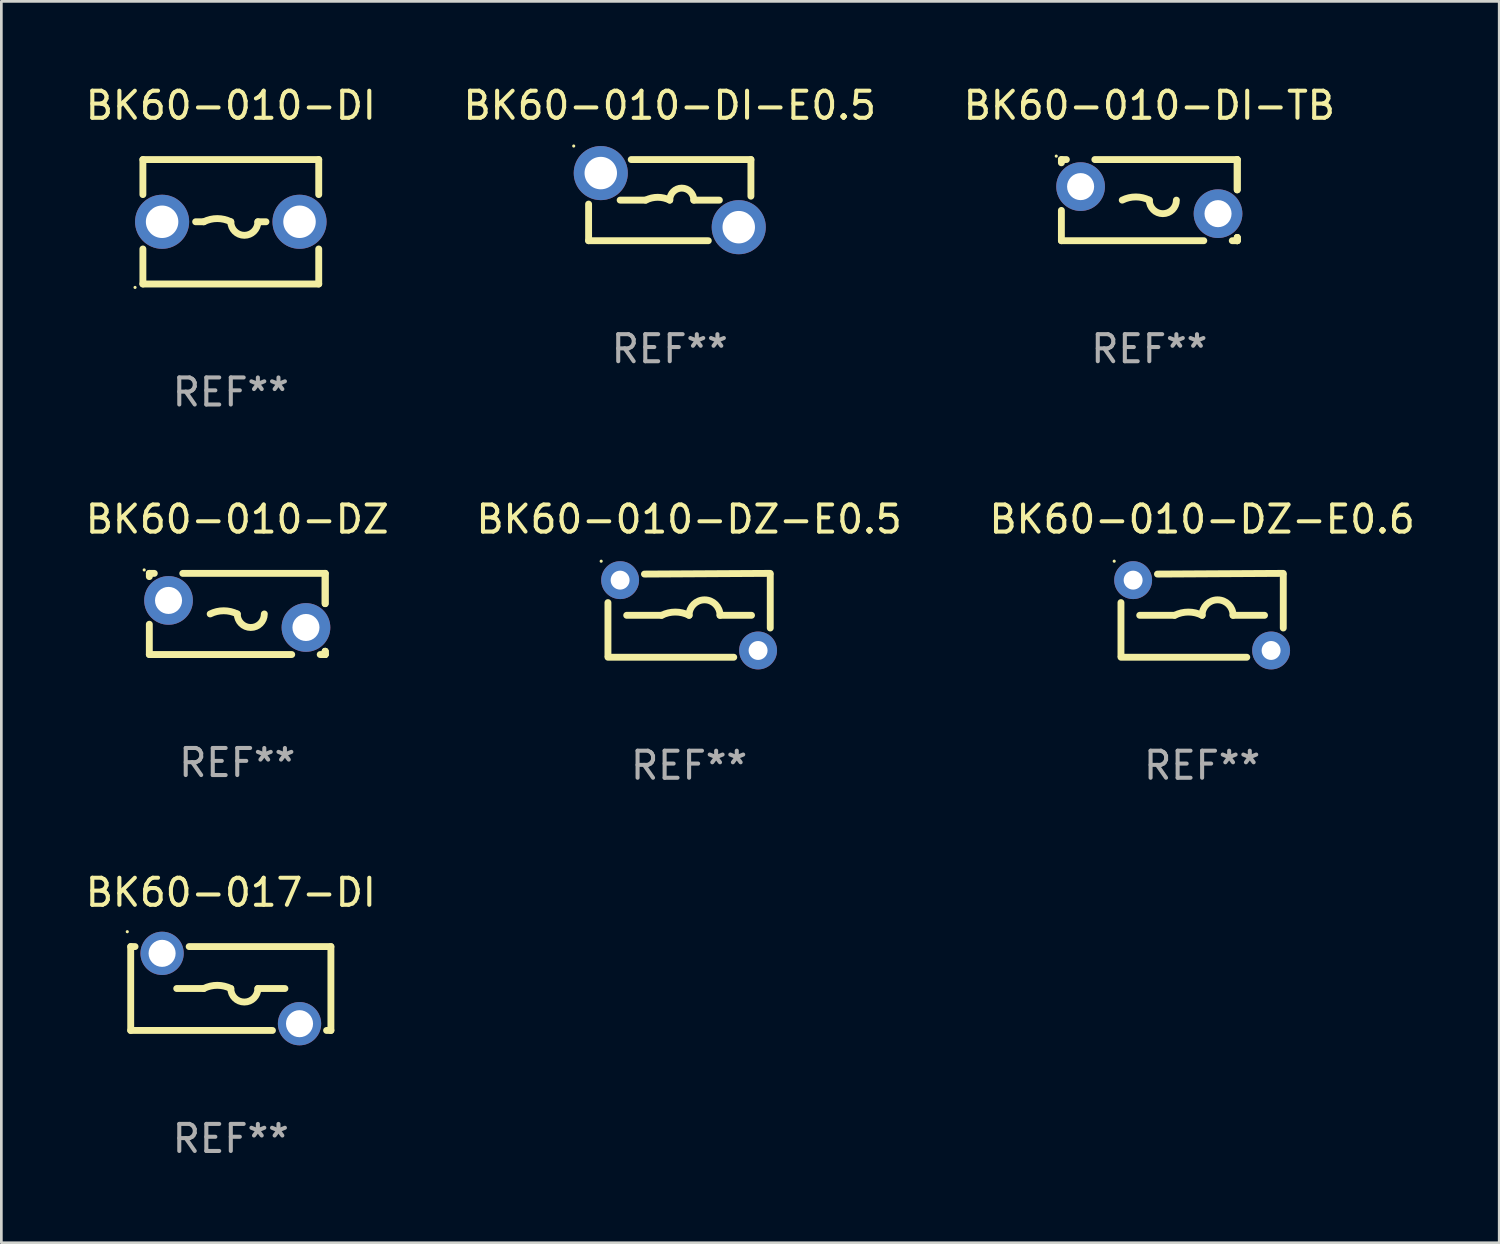
<source format=kicad_pcb>
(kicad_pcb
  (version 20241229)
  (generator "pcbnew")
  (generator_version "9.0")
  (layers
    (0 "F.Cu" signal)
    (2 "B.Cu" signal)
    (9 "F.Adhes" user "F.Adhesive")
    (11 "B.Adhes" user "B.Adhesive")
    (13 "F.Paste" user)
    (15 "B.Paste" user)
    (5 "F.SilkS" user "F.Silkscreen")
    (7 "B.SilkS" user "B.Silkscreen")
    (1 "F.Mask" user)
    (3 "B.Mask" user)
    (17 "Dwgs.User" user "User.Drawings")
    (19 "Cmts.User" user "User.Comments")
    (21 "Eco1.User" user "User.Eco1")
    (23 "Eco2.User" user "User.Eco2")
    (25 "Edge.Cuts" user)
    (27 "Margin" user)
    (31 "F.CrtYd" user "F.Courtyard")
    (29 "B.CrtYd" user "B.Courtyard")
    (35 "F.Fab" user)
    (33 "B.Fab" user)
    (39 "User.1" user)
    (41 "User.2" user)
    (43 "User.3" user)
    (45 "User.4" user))
  (footprint "BK60-010-DI-E0.5"
    (layer "F.Cu")
    (at 21.708 4.348)
    (property "Reference" "BK60-010-DI-E0.5" (at 0 -3.5 0) (layer "F.SilkS") (effects (font (size 1 1) (thickness 0.15))))
    (attr through_hole)
    (fp_line (start -3 1.5) (end -3 0.146) (stroke (width 0.254) (type solid)) (layer "F.SilkS"))
    (fp_line (start -3 1.5) (end 1.425 1.5) (stroke (width 0.254) (type solid)) (layer "F.SilkS"))
    (fp_line (start -1.834 0) (end -0.889 0) (stroke (width 0.254) (type solid)) (layer "F.SilkS"))
    (fp_line (start 1.834 0) (end 0.889 0) (stroke (width 0.254) (type solid)) (layer "F.SilkS"))
    (fp_line (start 3 -1.5) (end -1.425 -1.5) (stroke (width 0.254) (type solid)) (layer "F.SilkS"))
    (fp_line (start 3 -1.5) (end 3 -0.146) (stroke (width 0.254) (type solid)) (layer "F.SilkS"))
    (fp_arc (start -0.889002 0) (mid -0.444501 -0.104932) (end 0 0) (stroke (width 0.254001) (type solid)) (layer "F.SilkS"))
    (fp_arc (start 0 0) (mid 0.444501 -0.444501) (end 0.889002 0) (stroke (width 0.254001) (type solid)) (layer "F.SilkS"))
    (fp_circle (center -3.55 -2) (end -3.52 -2) (stroke (width 0.06) (type solid)) (fill no) (layer "F.SilkS"))
    (fp_text user "REF**" (at 0 5.5 0) (layer "F.Fab") (effects (font (size 1 1) (thickness 0.15))))
    (pad "1" thru_hole circle (at -2.55 -1) (size 2 2) (drill 1.2) (layers "*.Cu" "*.Mask"))
    (pad "2" thru_hole circle (at 2.55 1) (size 2 2) (drill 1.2) (layers "*.Cu" "*.Mask")))
  (footprint "BK60-017-DI"
    (layer "F.Cu")
    (at 5.482 33.491)
    (property "Reference" "BK60-017-DI" (at 0 -3.55 0) (layer "F.SilkS") (effects (font (size 1 1) (thickness 0.15))))
    (attr through_hole)
    (fp_line (start -3.7 -1.55) (end -3.54 -1.55) (stroke (width 0.254) (type solid)) (layer "F.SilkS"))
    (fp_line (start -3.7 1.55) (end -3.7 -1.55) (stroke (width 0.254) (type solid)) (layer "F.SilkS"))
    (fp_line (start -3.7 1.55) (end 1.54 1.55) (stroke (width 0.254) (type solid)) (layer "F.SilkS"))
    (fp_line (start -1.54 -1.55) (end 3.7 -1.55) (stroke (width 0.254) (type solid)) (layer "F.SilkS"))
    (fp_line (start -1 0) (end -2 0) (stroke (width 0.254) (type solid)) (layer "F.SilkS"))
    (fp_line (start 1 0) (end 2 0) (stroke (width 0.254) (type solid)) (layer "F.SilkS"))
    (fp_line (start 3.54 1.55) (end 3.7 1.55) (stroke (width 0.254) (type solid)) (layer "F.SilkS"))
    (fp_line (start 3.7 -1.55) (end 3.7 1.55) (stroke (width 0.254) (type solid)) (layer "F.SilkS"))
    (fp_arc (start -1.000762 0) (mid -0.500381 -0.118151) (end 0 0) (stroke (width 0.254001) (type solid)) (layer "F.SilkS"))
    (fp_arc (start 1.000762 0) (mid 0.500381 0.500127) (end 0 0) (stroke (width 0.254001) (type solid)) (layer "F.SilkS"))
    (fp_circle (center -3.827 -2.1) (end -3.797 -2.1) (stroke (width 0.06) (type solid)) (fill no) (layer "F.SilkS"))
    (fp_text user "REF**" (at 0 5.55 0) (layer "F.Fab") (effects (font (size 1 1) (thickness 0.15))))
    (pad "1" thru_hole circle (at -2.54 -1.3) (size 1.6 1.6) (drill 1) (layers "*.Cu" "*.Mask"))
    (pad "2" thru_hole circle (at 2.54 1.3) (size 1.6 1.6) (drill 1) (layers "*.Cu" "*.Mask")))
  (footprint "BK60-010-DI-TB"
    (layer "F.Cu")
    (at 39.435 4.348)
    (property "Reference" "BK60-010-DI-TB" (at 0 -3.5 0) (layer "F.SilkS") (effects (font (size 1 1) (thickness 0.15))))
    (attr through_hole)
    (fp_line (start -3.25 -1.5) (end -3.25 -1.38) (stroke (width 0.254) (type solid)) (layer "F.SilkS"))
    (fp_line (start -3.25 -1.5) (end -3.066 -1.5) (stroke (width 0.254) (type solid)) (layer "F.SilkS"))
    (fp_line (start -3.25 0.38) (end -3.25 1.5) (stroke (width 0.254) (type solid)) (layer "F.SilkS"))
    (fp_line (start -3.25 1.5) (end 2.014 1.5) (stroke (width 0.254) (type solid)) (layer "F.SilkS"))
    (fp_line (start -2.014 -1.5) (end 3.25 -1.5) (stroke (width 0.254) (type solid)) (layer "F.SilkS"))
    (fp_line (start 3.066 1.5) (end 3.25 1.5) (stroke (width 0.254) (type solid)) (layer "F.SilkS"))
    (fp_line (start 3.25 -1.5) (end 3.25 -0.38) (stroke (width 0.254) (type solid)) (layer "F.SilkS"))
    (fp_line (start 3.25 -1.5) (end 3.25 -0.38) (stroke (width 0.254) (type solid)) (layer "F.SilkS"))
    (fp_line (start 3.25 1.38) (end 3.25 1.5) (stroke (width 0.254) (type solid)) (layer "F.SilkS"))
    (fp_line (start 3.25 1.38) (end 3.25 1.5) (stroke (width 0.254) (type solid)) (layer "F.SilkS"))
    (fp_line (start 3.25 1.5) (end 3.25 1.38) (stroke (width 0.254) (type solid)) (layer "F.SilkS"))
    (fp_arc (start -1.000762 0) (mid -0.500381 -0.118151) (end 0 0) (stroke (width 0.254001) (type solid)) (layer "F.SilkS"))
    (fp_arc (start 1.000762 0) (mid 0.500381 0.500127) (end 0 0) (stroke (width 0.254001) (type solid)) (layer "F.SilkS"))
    (fp_circle (center -3.44 -1.627) (end -3.41 -1.627) (stroke (width 0.06) (type solid)) (fill no) (layer "F.SilkS"))
    (fp_text user "REF**" (at 0 5.5 0) (layer "F.Fab") (effects (font (size 1 1) (thickness 0.15))))
    (pad "1" thru_hole circle (at -2.54 -0.5) (size 1.8 1.8) (drill 1) (layers "*.Cu" "*.Mask"))
    (pad "2" thru_hole circle (at 2.54 0.5) (size 1.8 1.8) (drill 1) (layers "*.Cu" "*.Mask")))
  (footprint "BK60-010-DZ"
    (layer "F.Cu")
    (at 5.72 19.645)
    (property "Reference" "BK60-010-DZ" (at 0 -3.5 0) (layer "F.SilkS") (effects (font (size 1 1) (thickness 0.15))))
    (attr through_hole)
    (fp_line (start -3.25 -1.5) (end -3.25 -1.38) (stroke (width 0.254) (type solid)) (layer "F.SilkS"))
    (fp_line (start -3.25 -1.5) (end -3.066 -1.5) (stroke (width 0.254) (type solid)) (layer "F.SilkS"))
    (fp_line (start -3.25 0.38) (end -3.25 1.5) (stroke (width 0.254) (type solid)) (layer "F.SilkS"))
    (fp_line (start -3.25 1.5) (end 2.014 1.5) (stroke (width 0.254) (type solid)) (layer "F.SilkS"))
    (fp_line (start -2.014 -1.5) (end 3.25 -1.5) (stroke (width 0.254) (type solid)) (layer "F.SilkS"))
    (fp_line (start 3.066 1.5) (end 3.25 1.5) (stroke (width 0.254) (type solid)) (layer "F.SilkS"))
    (fp_line (start 3.25 -1.5) (end 3.25 -0.38) (stroke (width 0.254) (type solid)) (layer "F.SilkS"))
    (fp_line (start 3.25 -1.5) (end 3.25 -0.38) (stroke (width 0.254) (type solid)) (layer "F.SilkS"))
    (fp_line (start 3.25 1.38) (end 3.25 1.5) (stroke (width 0.254) (type solid)) (layer "F.SilkS"))
    (fp_line (start 3.25 1.38) (end 3.25 1.5) (stroke (width 0.254) (type solid)) (layer "F.SilkS"))
    (fp_line (start 3.25 1.5) (end 3.25 1.38) (stroke (width 0.254) (type solid)) (layer "F.SilkS"))
    (fp_arc (start -1.000762 0) (mid -0.500381 -0.118151) (end 0 0) (stroke (width 0.254001) (type solid)) (layer "F.SilkS"))
    (fp_arc (start 1.000762 0) (mid 0.500381 0.500127) (end 0 0) (stroke (width 0.254001) (type solid)) (layer "F.SilkS"))
    (fp_circle (center -3.44 -1.627) (end -3.41 -1.627) (stroke (width 0.06) (type solid)) (fill no) (layer "F.SilkS"))
    (fp_text user "REF**" (at 0 5.5 0) (layer "F.Fab") (effects (font (size 1 1) (thickness 0.15))))
    (pad "1" thru_hole circle (at -2.54 -0.5) (size 1.8 1.8) (drill 1) (layers "*.Cu" "*.Mask"))
    (pad "2" thru_hole circle (at 2.54 0.5) (size 1.8 1.8) (drill 1) (layers "*.Cu" "*.Mask")))
  (footprint "BK60-010-DZ-E0.6"
    (layer "F.Cu")
    (at 41.387 19.695)
    (property "Reference" "BK60-010-DZ-E0.6" (at 0 -3.55 0) (layer "F.SilkS") (effects (font (size 1 1) (thickness 0.15))))
    (attr through_hole)
    (fp_line (start -3 1.5) (end -3 -0.47) (stroke (width 0.254) (type solid)) (layer "F.SilkS"))
    (fp_line (start -2.307 0) (end -1.016 0) (stroke (width 0.254) (type solid)) (layer "F.SilkS"))
    (fp_line (start -1.651 -1.524) (end 2.999 -1.55) (stroke (width 0.254) (type solid)) (layer "F.SilkS"))
    (fp_line (start 1.651 1.55) (end -2.999 1.55) (stroke (width 0.254) (type solid)) (layer "F.SilkS"))
    (fp_line (start 2.307 0) (end 1.143 0) (stroke (width 0.254) (type solid)) (layer "F.SilkS"))
    (fp_line (start 3 -1.5) (end 3 0.47) (stroke (width 0.254) (type solid)) (layer "F.SilkS"))
    (fp_arc (start -1.016002 0) (mid -0.508001 -0.119923) (end 0 0) (stroke (width 0.254001) (type solid)) (layer "F.SilkS"))
    (fp_arc (start -0.000254 0.000508) (mid 0.57112 -0.57112) (end 1.143002 0) (stroke (width 0.254001) (type solid)) (layer "F.SilkS"))
    (fp_circle (center -3.25 -2) (end -3.22 -2) (stroke (width 0.06) (type solid)) (fill no) (layer "F.SilkS"))
    (fp_text user "REF**" (at 0 5.55 0) (layer "F.Fab") (effects (font (size 1 1) (thickness 0.15))))
    (pad "1" thru_hole circle (at -2.55 -1.3) (size 1.4 1.4) (drill 0.7) (layers "*.Cu" "*.Mask"))
    (pad "2" thru_hole circle (at 2.55 1.3) (size 1.4 1.4) (drill 0.7) (layers "*.Cu" "*.Mask")))
  (footprint "BK60-010-DI"
    (layer "F.Cu")
    (at 5.482 5.148)
    (property "Reference" "BK60-010-DI" (at 0 -4.3 0) (layer "F.SilkS") (effects (font (size 1 1) (thickness 0.15))))
    (attr through_hole)
    (fp_line (start -3.25 -2.3) (end -3.25 -1.005) (stroke (width 0.254) (type solid)) (layer "F.SilkS"))
    (fp_line (start -3.25 -2.3) (end 3.25 -2.3) (stroke (width 0.254) (type solid)) (layer "F.SilkS"))
    (fp_line (start -3.25 1.005) (end -3.25 2.3) (stroke (width 0.254) (type solid)) (layer "F.SilkS"))
    (fp_line (start -1 0) (end -1.3 0) (stroke (width 0.254) (type solid)) (layer "F.SilkS"))
    (fp_line (start 1 0) (end 1.3 0) (stroke (width 0.254) (type solid)) (layer "F.SilkS"))
    (fp_line (start 3.25 -2.3) (end 3.25 -1.005) (stroke (width 0.254) (type solid)) (layer "F.SilkS"))
    (fp_line (start 3.25 1.005) (end 3.25 2.3) (stroke (width 0.254) (type solid)) (layer "F.SilkS"))
    (fp_line (start 3.25 2.3) (end -3.25 2.3) (stroke (width 0.254) (type solid)) (layer "F.SilkS"))
    (fp_arc (start -1.000762 0) (mid -0.500381 -0.118151) (end 0 0) (stroke (width 0.254001) (type solid)) (layer "F.SilkS"))
    (fp_arc (start 1.000762 0) (mid 0.500381 0.500127) (end 0 0) (stroke (width 0.254001) (type solid)) (layer "F.SilkS"))
    (fp_circle (center -3.54 2.427) (end -3.51 2.427) (stroke (width 0.06) (type solid)) (fill no) (layer "F.SilkS"))
    (fp_text user "REF**" (at 0 6.3 0) (layer "F.Fab") (effects (font (size 1 1) (thickness 0.15))))
    (pad "1" thru_hole circle (at -2.54 0) (size 2 2) (drill 1.2) (layers "*.Cu" "*.Mask"))
    (pad "2" thru_hole circle (at 2.54 0) (size 2 2) (drill 1.2) (layers "*.Cu" "*.Mask")))
  (footprint "BK60-010-DZ-E0.5"
    (layer "F.Cu")
    (at 22.423 19.695)
    (property "Reference" "BK60-010-DZ-E0.5" (at 0 -3.55 0) (layer "F.SilkS") (effects (font (size 1 1) (thickness 0.15))))
    (attr through_hole)
    (fp_line (start -3 1.5) (end -3 -0.47) (stroke (width 0.254) (type solid)) (layer "F.SilkS"))
    (fp_line (start -2.307 0) (end -1.016 0) (stroke (width 0.254) (type solid)) (layer "F.SilkS"))
    (fp_line (start -1.651 -1.524) (end 2.999 -1.55) (stroke (width 0.254) (type solid)) (layer "F.SilkS"))
    (fp_line (start 1.651 1.55) (end -2.999 1.55) (stroke (width 0.254) (type solid)) (layer "F.SilkS"))
    (fp_line (start 2.307 0) (end 1.143 0) (stroke (width 0.254) (type solid)) (layer "F.SilkS"))
    (fp_line (start 3 -1.5) (end 3 0.47) (stroke (width 0.254) (type solid)) (layer "F.SilkS"))
    (fp_arc (start -1.016002 0) (mid -0.508001 -0.119923) (end 0 0) (stroke (width 0.254001) (type solid)) (layer "F.SilkS"))
    (fp_arc (start -0.000254 0.000508) (mid 0.57112 -0.57112) (end 1.143002 0) (stroke (width 0.254001) (type solid)) (layer "F.SilkS"))
    (fp_circle (center -3.25 -2) (end -3.22 -2) (stroke (width 0.06) (type solid)) (fill no) (layer "F.SilkS"))
    (fp_text user "REF**" (at 0 5.55 0) (layer "F.Fab") (effects (font (size 1 1) (thickness 0.15))))
    (pad "1" thru_hole circle (at -2.55 -1.3) (size 1.4 1.4) (drill 0.7) (layers "*.Cu" "*.Mask"))
    (pad "2" thru_hole circle (at 2.55 1.3) (size 1.4 1.4) (drill 0.7) (layers "*.Cu" "*.Mask")))
  (gr_rect
    (start -3 -3)
    (end 52.369 42.889)
    (stroke (width 0.1) (type default))
    (fill no)
    (layer "Edge.Cuts")))
</source>
